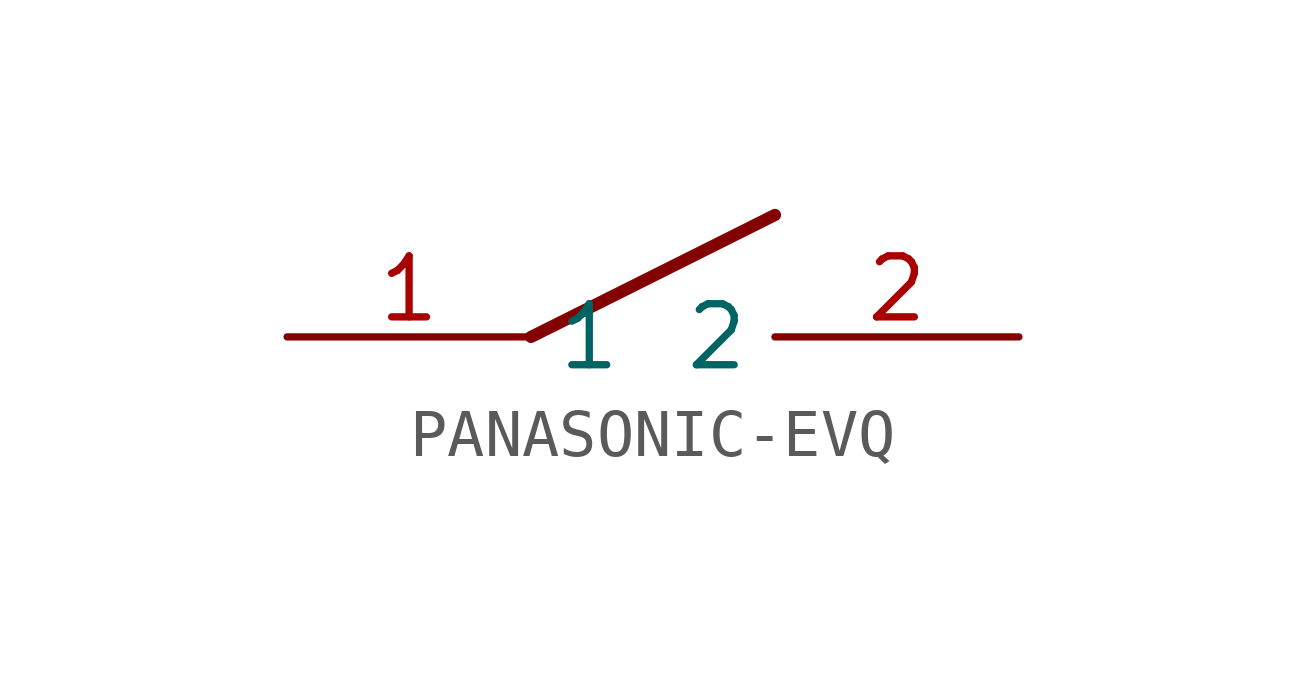
<source format=kicad_sym>
(kicad_symbol_lib
  (version 20211014)
  (generator kicad_symbol_editor)
  (symbol "PANASONIC-EVQ"
    (property "Reference" ""
      (at 0 0 0)
      (effects (font (size 1.27 1.27)) hide))
    (property "ki_locked" ""
      (at 0 0 0)
      (effects (font (size 1.27 1.27))))
    (symbol "PANASONIC-EVQ_1_0"
      (polyline (pts (xy -2.54 0) (xy 2.54 2.54)) (stroke (width 0.254) (type default) (color 0 0 0 0)) (fill (type none)))
      (pin bidirectional line (at -7.62 0 0) (length 5.08) (name "1" (effects (font (size 1.27 1.27)))) (number "1" (effects (font (size 1.27 1.27)))))
      (pin bidirectional line (at 7.62 0 180) (length 5.08) (name "2" (effects (font (size 1.27 1.27)))) (number "2" (effects (font (size 1.27 1.27))))))))
</source>
